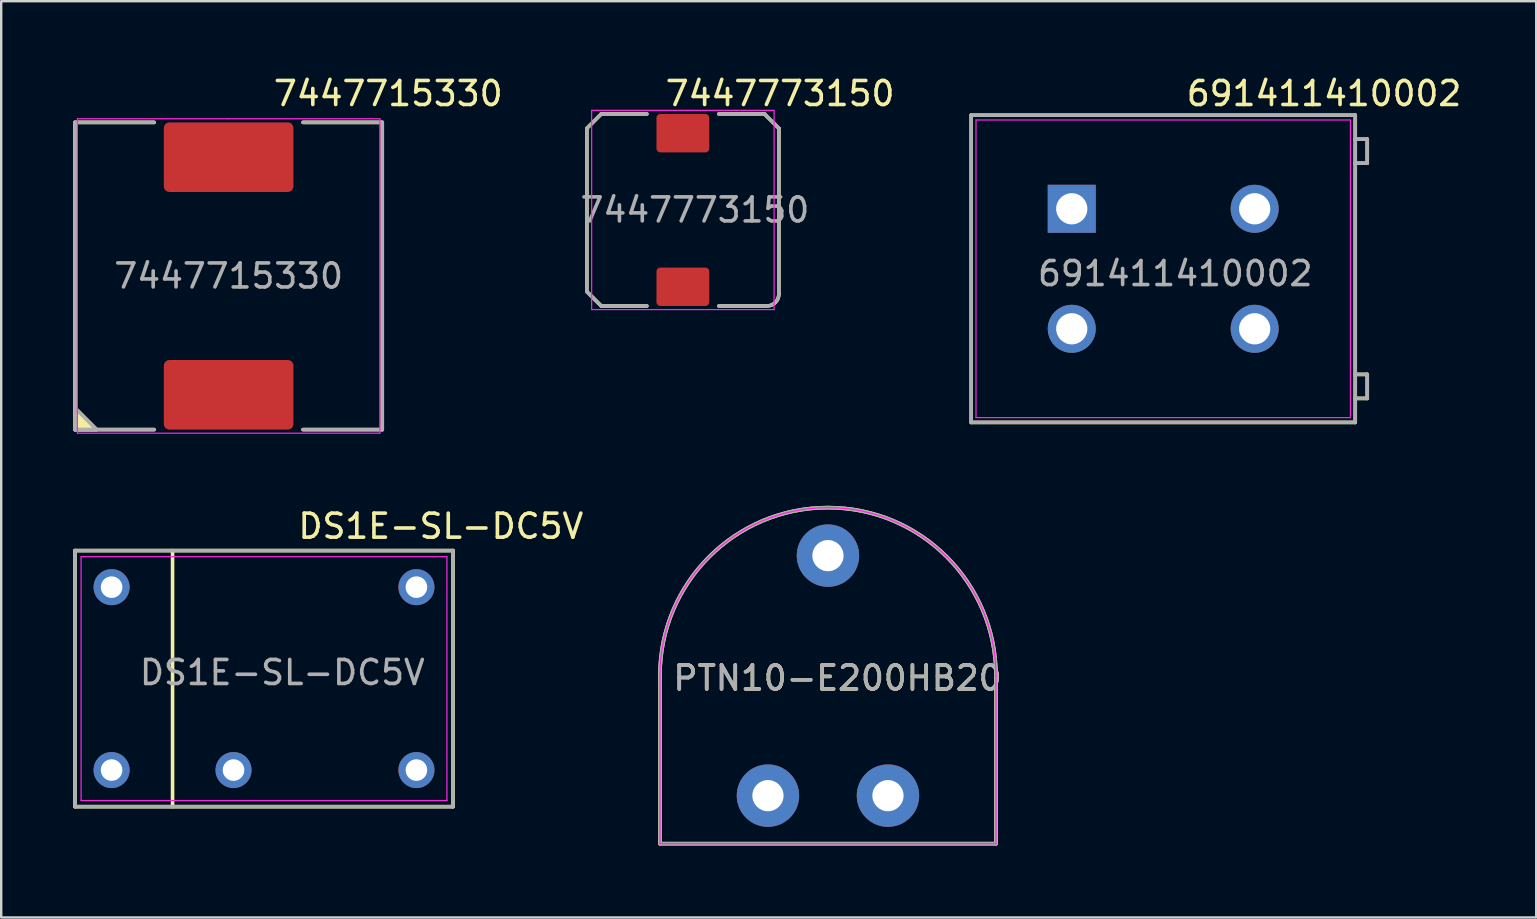
<source format=kicad_pcb>
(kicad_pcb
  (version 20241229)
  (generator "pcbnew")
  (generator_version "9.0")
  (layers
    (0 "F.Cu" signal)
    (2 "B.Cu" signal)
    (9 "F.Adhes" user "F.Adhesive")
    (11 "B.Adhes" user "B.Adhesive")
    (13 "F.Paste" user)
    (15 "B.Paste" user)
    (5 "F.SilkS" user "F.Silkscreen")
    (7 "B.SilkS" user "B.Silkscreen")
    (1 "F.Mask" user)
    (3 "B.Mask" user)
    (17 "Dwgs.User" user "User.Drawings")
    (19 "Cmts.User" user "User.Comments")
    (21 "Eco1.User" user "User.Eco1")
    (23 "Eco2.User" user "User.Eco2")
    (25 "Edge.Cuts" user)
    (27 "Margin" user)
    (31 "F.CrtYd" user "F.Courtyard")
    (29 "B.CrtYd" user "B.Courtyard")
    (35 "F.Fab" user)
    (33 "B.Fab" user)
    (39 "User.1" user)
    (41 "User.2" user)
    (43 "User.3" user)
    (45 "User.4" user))
  (footprint "7447773150"
    (layer "F.Cu")
    (at 25.399 5.698)
    (property "Reference" "7447773150" (at 4.05 -4.85 0) (unlocked yes) (layer "F.SilkS") (effects (font (size 1 1) (thickness 0.15))))
    (attr smd)
    (fp_line (start -4 -3.4) (end -4 3.4) (stroke (width 0.15) (type solid)) (layer "F.SilkS"))
    (fp_line (start -4 3.4) (end -3.4 4) (stroke (width 0.15) (type solid)) (layer "F.SilkS"))
    (fp_line (start -3.4 -4) (end -4 -3.4) (stroke (width 0.15) (type solid)) (layer "F.SilkS"))
    (fp_line (start -1.5 -4) (end -3.4 -4) (stroke (width 0.15) (type solid)) (layer "F.SilkS"))
    (fp_line (start -1.5 4) (end -3.4 4) (stroke (width 0.15) (type solid)) (layer "F.SilkS"))
    (fp_line (start 1.5 -4) (end 3.4 -4) (stroke (width 0.15) (type solid)) (layer "F.SilkS"))
    (fp_line (start 3.4 -4) (end 4 -3.4) (stroke (width 0.15) (type solid)) (layer "F.SilkS"))
    (fp_line (start 3.5 4) (end 1.5 4) (stroke (width 0.15) (type solid)) (layer "F.SilkS"))
    (fp_line (start 4 -3.4) (end 4 3.5) (stroke (width 0.15) (type solid)) (layer "F.SilkS"))
    (fp_arc (start 4 3.5) (mid 3.853553 3.853553) (end 3.5 4) (stroke (width 0.15) (type solid)) (layer "F.SilkS"))
    (fp_line (start -3.8 -4.15) (end 0 -4.15) (stroke (width 0.05) (type solid)) (layer "F.CrtYd"))
    (fp_line (start -3.8 4.15) (end -3.8 -4.15) (stroke (width 0.05) (type solid)) (layer "F.CrtYd"))
    (fp_line (start 0 -4.15) (end 3.8 -4.15) (stroke (width 0.05) (type solid)) (layer "F.CrtYd"))
    (fp_line (start 3.8 -4.15) (end 3.8 4.15) (stroke (width 0.05) (type solid)) (layer "F.CrtYd"))
    (fp_line (start 3.8 4.15) (end -3.8 4.15) (stroke (width 0.05) (type solid)) (layer "F.CrtYd"))
    (fp_line (start -4 -3.4) (end -4 3.4) (stroke (width 0.15) (type solid)) (layer "F.Fab"))
    (fp_line (start -4 3.4) (end -3.4 4) (stroke (width 0.15) (type solid)) (layer "F.Fab"))
    (fp_line (start -3.4 -4) (end -4 -3.4) (stroke (width 0.15) (type solid)) (layer "F.Fab"))
    (fp_line (start -1.5 -4) (end -3.4 -4) (stroke (width 0.15) (type solid)) (layer "F.Fab"))
    (fp_line (start -1.5 4) (end -3.4 4) (stroke (width 0.15) (type solid)) (layer "F.Fab"))
    (fp_line (start 1.5 -4) (end 3.4 -4) (stroke (width 0.15) (type solid)) (layer "F.Fab"))
    (fp_line (start 3.4 -4) (end 4 -3.4) (stroke (width 0.15) (type solid)) (layer "F.Fab"))
    (fp_line (start 3.5 4) (end 1.5 4) (stroke (width 0.15) (type solid)) (layer "F.Fab"))
    (fp_line (start 4 -3.4) (end 4 3.5) (stroke (width 0.15) (type solid)) (layer "F.Fab"))
    (fp_arc (start 4 3.5) (mid 3.853553 3.853553) (end 3.5 4) (stroke (width 0.15) (type solid)) (layer "F.Fab"))
    (fp_text user "${REFERENCE}" (at 0.5 0 0) (unlocked yes) (layer "F.Fab") (effects (font (size 1 1) (thickness 0.15))))
    (pad "1" smd roundrect (at 0 -3.2) (size 2.2 1.6) (layers "F.Cu" "F.Mask" "F.Paste") (roundrect_rratio 0.1))
    (pad "2" smd roundrect (at 0 3.2) (size 2.2 1.6) (layers "F.Cu" "F.Mask" "F.Paste") (roundrect_rratio 0.1)))
  (footprint "PTN10-E200HB20"
    (layer "F.Cu")
    (at 31.444 25.098)
    (property "Reference" "PTN10-E200HB20" (at 0.4 0.1 0) (unlocked yes) (layer "F.SilkS") (effects (font (size 1 1) (thickness 0.15))))
    (attr through_hole)
    (fp_line (start -7 7) (end -7 0) (stroke (width 0.15) (type solid)) (layer "F.SilkS"))
    (fp_line (start 7 0) (end 7 7) (stroke (width 0.15) (type solid)) (layer "F.SilkS"))
    (fp_line (start 7 7) (end -7 7) (stroke (width 0.15) (type solid)) (layer "F.SilkS"))
    (fp_arc (start -7 0) (mid 0 -7) (end 7 0) (stroke (width 0.15) (type solid)) (layer "F.SilkS"))
    (fp_line (start -7 7) (end -7 0) (stroke (width 0.05) (type solid)) (layer "F.CrtYd"))
    (fp_line (start 7 0) (end 7 7) (stroke (width 0.05) (type solid)) (layer "F.CrtYd"))
    (fp_line (start 7 7) (end -7 7) (stroke (width 0.05) (type solid)) (layer "F.CrtYd"))
    (fp_arc (start -7 0) (mid 0 -7) (end 7 0) (stroke (width 0.05) (type solid)) (layer "F.CrtYd"))
    (fp_line (start -7 7) (end -7 0) (stroke (width 0.15) (type solid)) (layer "F.Fab"))
    (fp_line (start 7 0) (end 7 7) (stroke (width 0.15) (type solid)) (layer "F.Fab"))
    (fp_line (start 7 7) (end -7 7) (stroke (width 0.15) (type solid)) (layer "F.Fab"))
    (fp_arc (start -7 0) (mid 0 -7) (end 7 0) (stroke (width 0.15) (type solid)) (layer "F.Fab"))
    (fp_text user "${REFERENCE}" (at 0.4 0.1 0) (unlocked yes) (layer "F.Fab") (effects (font (size 1 1) (thickness 0.15))))
    (pad "1" thru_hole circle (at -2.5 5) (size 2.6 2.6) (drill 1.3) (layers "*.Cu" "*.Mask"))
    (pad "2" thru_hole circle (at 2.5 5) (size 2.6 2.6) (drill 1.3) (layers "*.Cu" "*.Mask"))
    (pad "3" thru_hole circle (at 0 -5) (size 2.6 2.6) (drill 1.3) (layers "*.Cu" "*.Mask")))
  (footprint "DS1E-SL-DC5V"
    (layer "F.Cu")
    (at 1.599 21.412)
    (property "Reference" "DS1E-SL-DC5V" (at 13.716 -2.54 0) (unlocked yes) (layer "F.SilkS") (effects (font (size 1 1) (thickness 0.15))))
    (attr through_hole)
    (fp_line (start -1.524 -1.524) (end 14.224 -1.524) (stroke (width 0.15) (type solid)) (layer "F.SilkS"))
    (fp_line (start -1.524 9.144) (end -1.524 -1.524) (stroke (width 0.15) (type solid)) (layer "F.SilkS"))
    (fp_line (start 2.54 -1.524) (end 2.54 9.144) (stroke (width 0.15) (type solid)) (layer "F.SilkS"))
    (fp_line (start 14.224 -1.524) (end 14.224 9.144) (stroke (width 0.15) (type solid)) (layer "F.SilkS"))
    (fp_line (start 14.224 9.144) (end -1.524 9.144) (stroke (width 0.15) (type solid)) (layer "F.SilkS"))
    (fp_line (start -1.27 -1.27) (end 13.97 -1.27) (stroke (width 0.05) (type solid)) (layer "F.CrtYd"))
    (fp_line (start -1.27 8.89) (end -1.27 -1.27) (stroke (width 0.05) (type solid)) (layer "F.CrtYd"))
    (fp_line (start 13.97 -1.27) (end 13.97 8.89) (stroke (width 0.05) (type solid)) (layer "F.CrtYd"))
    (fp_line (start 13.97 8.89) (end -1.27 8.89) (stroke (width 0.05) (type solid)) (layer "F.CrtYd"))
    (fp_line (start -1.524 -1.524) (end 14.224 -1.524) (stroke (width 0.15) (type solid)) (layer "F.Fab"))
    (fp_line (start -1.524 9.144) (end -1.524 -1.524) (stroke (width 0.15) (type solid)) (layer "F.Fab"))
    (fp_line (start 14.224 -1.524) (end 14.224 9.144) (stroke (width 0.15) (type solid)) (layer "F.Fab"))
    (fp_line (start 14.224 9.144) (end -1.524 9.144) (stroke (width 0.15) (type solid)) (layer "F.Fab"))
    (fp_text user "${REFERENCE}" (at 7.112 3.556 0) (unlocked yes) (layer "F.Fab") (effects (font (size 1 1) (thickness 0.15))))
    (pad "1" thru_hole circle (at 0 0) (size 1.5 1.5) (drill 0.9) (layers "*.Cu" "*.Mask"))
    (pad "6" thru_hole circle (at 12.7 0) (size 1.5 1.5) (drill 0.9) (layers "*.Cu" "*.Mask"))
    (pad "7" thru_hole circle (at 12.7 7.62) (size 1.5 1.5) (drill 0.9) (layers "*.Cu" "*.Mask"))
    (pad "10" thru_hole circle (at 5.08 7.62) (size 1.5 1.5) (drill 0.9) (layers "*.Cu" "*.Mask"))
    (pad "12" thru_hole circle (at 0 7.62) (size 1.5 1.5) (drill 0.9) (layers "*.Cu" "*.Mask")))
  (footprint "7447715330"
    (layer "F.Cu")
    (at 6.475 8.448)
    (property "Reference" "7447715330" (at 6.65 -7.6 0) (unlocked yes) (layer "F.SilkS") (effects (font (size 1 1) (thickness 0.15))))
    (attr smd)
    (fp_line (start -6.4 -6.4) (end -6.4 6.4) (stroke (width 0.15) (type solid)) (layer "F.SilkS"))
    (fp_line (start -6.4 6.4) (end -3.1 6.4) (stroke (width 0.15) (type solid)) (layer "F.SilkS"))
    (fp_line (start -3.1 -6.4) (end -6.4 -6.4) (stroke (width 0.15) (type solid)) (layer "F.SilkS"))
    (fp_line (start 3.1 -6.4) (end 6.4 -6.4) (stroke (width 0.15) (type solid)) (layer "F.SilkS"))
    (fp_line (start 6.4 -6.4) (end 6.4 6.4) (stroke (width 0.15) (type solid)) (layer "F.SilkS"))
    (fp_line (start 6.4 6.4) (end 3.1 6.4) (stroke (width 0.15) (type solid)) (layer "F.SilkS"))
    (fp_poly (pts (xy -5.5 6.4) (xy -6.4 6.4) (xy -6.4 5.5)) (stroke (width 0.15) (type solid)) (fill yes) (layer "F.SilkS"))
    (fp_line (start -6.3 -6.55) (end 0 -6.55) (stroke (width 0.05) (type solid)) (layer "F.CrtYd"))
    (fp_line (start -6.3 6.55) (end -6.3 -6.55) (stroke (width 0.05) (type solid)) (layer "F.CrtYd"))
    (fp_line (start 0 -6.55) (end 6.3 -6.55) (stroke (width 0.05) (type solid)) (layer "F.CrtYd"))
    (fp_line (start 6.3 -6.55) (end 6.3 6.55) (stroke (width 0.05) (type solid)) (layer "F.CrtYd"))
    (fp_line (start 6.3 6.55) (end -6.3 6.55) (stroke (width 0.05) (type solid)) (layer "F.CrtYd"))
    (fp_line (start -6.4 -6.4) (end -6.4 6.4) (stroke (width 0.15) (type solid)) (layer "F.Fab"))
    (fp_line (start -6.4 6.4) (end -3.1 6.4) (stroke (width 0.15) (type solid)) (layer "F.Fab"))
    (fp_line (start -3.1 -6.4) (end -6.4 -6.4) (stroke (width 0.15) (type solid)) (layer "F.Fab"))
    (fp_line (start 3.1 -6.4) (end 6.4 -6.4) (stroke (width 0.15) (type solid)) (layer "F.Fab"))
    (fp_line (start 6.4 -6.4) (end 6.4 6.4) (stroke (width 0.15) (type solid)) (layer "F.Fab"))
    (fp_line (start 6.4 6.4) (end 3.1 6.4) (stroke (width 0.15) (type solid)) (layer "F.Fab"))
    (fp_poly (pts (xy -5.5 6.4) (xy -6.4 6.4) (xy -6.4 5.5)) (stroke (width 0.15) (type solid)) (fill no) (layer "F.Fab"))
    (fp_text user "${REFERENCE}" (at 0 0 0) (unlocked yes) (layer "F.Fab") (effects (font (size 1 1) (thickness 0.15))))
    (pad "1" smd roundrect (at 0 -4.95) (size 5.4 2.9) (layers "F.Cu" "F.Mask" "F.Paste") (roundrect_rratio 0.08))
    (pad "2" smd roundrect (at 0 4.95) (size 5.4 2.9) (layers "F.Cu" "F.Mask" "F.Paste") (roundrect_rratio 0.08)))
  (footprint "691411410002"
    (layer "F.Cu")
    (at 45.411 8.148)
    (property "Reference" "691411410002" (at 6.7 -7.3 0) (unlocked yes) (layer "F.SilkS") (effects (font (size 1 1) (thickness 0.15))))
    (attr through_hole)
    (fp_line (start -8 -6.4) (end 8 -6.4) (stroke (width 0.15) (type solid)) (layer "F.SilkS"))
    (fp_line (start -8 6.4) (end -8 -6.4) (stroke (width 0.15) (type solid)) (layer "F.SilkS"))
    (fp_line (start 8 -6.4) (end 8 6.4) (stroke (width 0.15) (type solid)) (layer "F.SilkS"))
    (fp_line (start 8 -5.4) (end 8.5 -5.4) (stroke (width 0.15) (type solid)) (layer "F.SilkS"))
    (fp_line (start 8 5.4) (end 8.5 5.4) (stroke (width 0.15) (type solid)) (layer "F.SilkS"))
    (fp_line (start 8 6.4) (end -8 6.4) (stroke (width 0.15) (type solid)) (layer "F.SilkS"))
    (fp_line (start 8.5 -5.4) (end 8.5 -4.4) (stroke (width 0.15) (type solid)) (layer "F.SilkS"))
    (fp_line (start 8.5 -4.4) (end 8 -4.4) (stroke (width 0.15) (type solid)) (layer "F.SilkS"))
    (fp_line (start 8.5 4.4) (end 8 4.4) (stroke (width 0.15) (type solid)) (layer "F.SilkS"))
    (fp_line (start 8.5 5.4) (end 8.5 4.4) (stroke (width 0.15) (type solid)) (layer "F.SilkS"))
    (fp_line (start -7.8 -6.2) (end 7.8 -6.2) (stroke (width 0.05) (type solid)) (layer "F.CrtYd"))
    (fp_line (start -7.8 6.2) (end -7.8 -6.2) (stroke (width 0.05) (type solid)) (layer "F.CrtYd"))
    (fp_line (start 7.8 -6.2) (end 7.8 6.2) (stroke (width 0.05) (type solid)) (layer "F.CrtYd"))
    (fp_line (start 7.8 6.2) (end -7.8 6.2) (stroke (width 0.05) (type solid)) (layer "F.CrtYd"))
    (fp_line (start -8 -6.4) (end 8 -6.4) (stroke (width 0.15) (type solid)) (layer "F.Fab"))
    (fp_line (start -8 6.4) (end -8 -6.4) (stroke (width 0.15) (type solid)) (layer "F.Fab"))
    (fp_line (start 8 -6.4) (end 8 6.4) (stroke (width 0.15) (type solid)) (layer "F.Fab"))
    (fp_line (start 8 -5.4) (end 8.5 -5.4) (stroke (width 0.15) (type solid)) (layer "F.Fab"))
    (fp_line (start 8 5.4) (end 8.5 5.4) (stroke (width 0.15) (type solid)) (layer "F.Fab"))
    (fp_line (start 8 6.4) (end -8 6.4) (stroke (width 0.15) (type solid)) (layer "F.Fab"))
    (fp_line (start 8.5 -5.4) (end 8.5 -4.4) (stroke (width 0.15) (type solid)) (layer "F.Fab"))
    (fp_line (start 8.5 -4.4) (end 8 -4.4) (stroke (width 0.15) (type solid)) (layer "F.Fab"))
    (fp_line (start 8.5 4.4) (end 8 4.4) (stroke (width 0.15) (type solid)) (layer "F.Fab"))
    (fp_line (start 8.5 5.4) (end 8.5 4.4) (stroke (width 0.15) (type solid)) (layer "F.Fab"))
    (fp_text user "${REFERENCE}" (at 0.5 0.2 0) (unlocked yes) (layer "F.Fab") (effects (font (size 1 1) (thickness 0.15))))
    (pad "1" thru_hole rect (at -3.81 -2.5) (size 2 2) (drill 1.3) (layers "*.Cu" "*.Mask"))
    (pad "1" thru_hole circle (at -3.81 2.5) (size 2 2) (drill 1.3) (layers "*.Cu" "*.Mask"))
    (pad "2" thru_hole circle (at 3.81 -2.5) (size 2 2) (drill 1.3) (layers "*.Cu" "*.Mask"))
    (pad "2" thru_hole circle (at 3.81 2.5) (size 2 2) (drill 1.3) (layers "*.Cu" "*.Mask")))
  (gr_rect
    (start -3 -3)
    (end 60.95 35.173)
    (stroke (width 0.1) (type default))
    (fill no)
    (layer "Edge.Cuts")))
</source>
